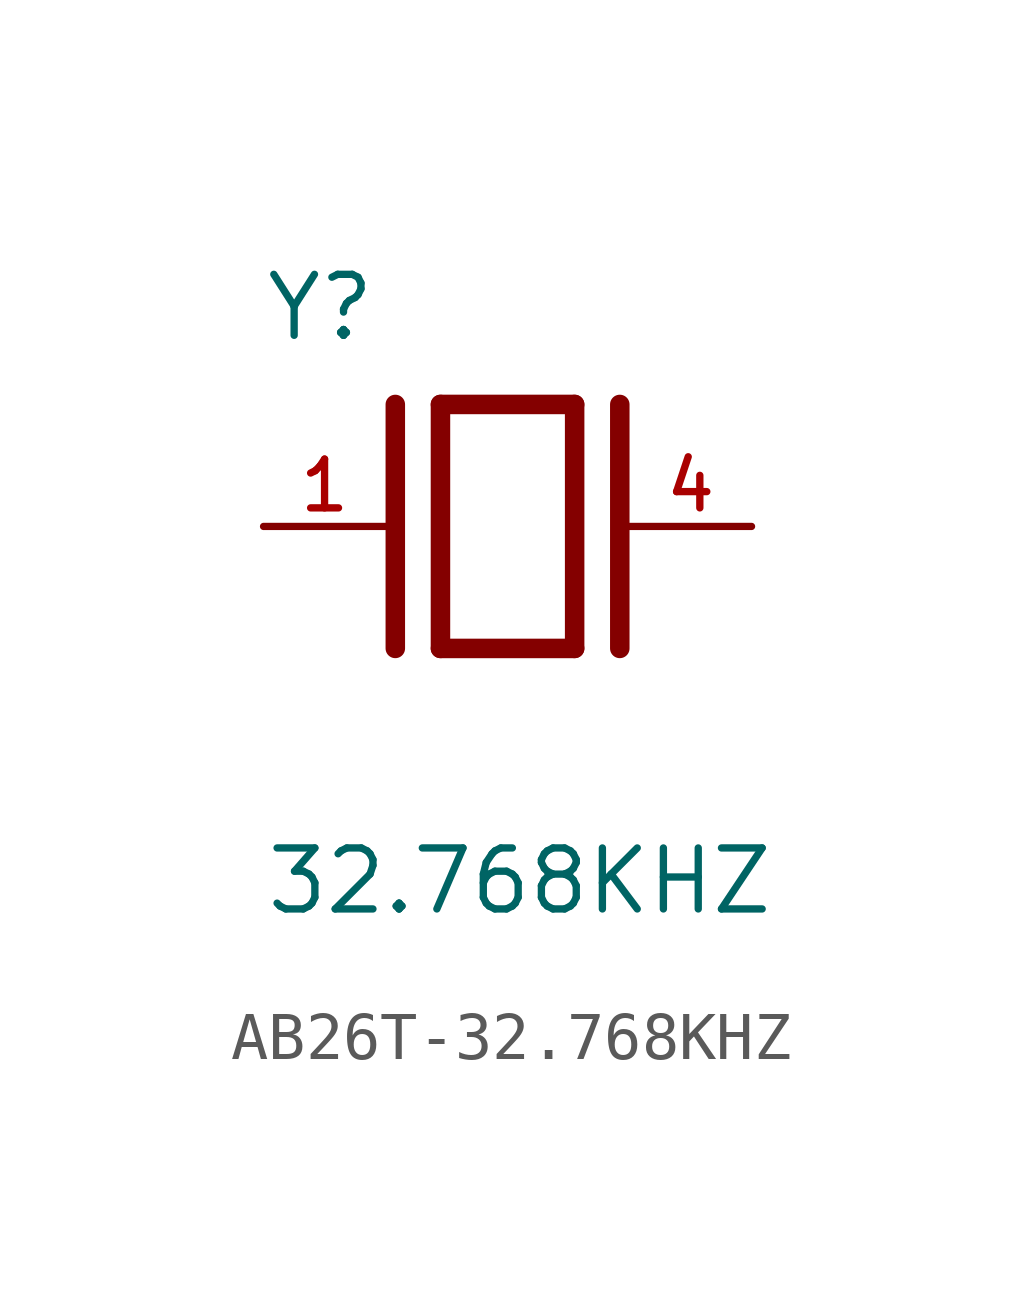
<source format=kicad_sym>
(kicad_symbol_lib
  (version 20241209)
  (generator "kicad_symbol_editor")
  (generator_version "9.0")
  (symbol "AB26T-32.768KHZ"
    (pin_names
      (offset 1.016))
    (property "Reference" "Y"
      (at -5.088 3.816 0)
      (effects (font (size 1.27 1.27)) (justify left bottom)))
    (property "Value" "32.768KHZ"
      (at -5.08 -8.128 0)
      (effects (font (size 1.27 1.27)) (justify left bottom)))
    (symbol "AB26T-32.768KHZ_0_0"
      (polyline (pts (xy -2.337 2.54) (xy -2.337 -2.54)) (stroke (width 0.406) (type default)) (fill (type none)))
      (polyline (pts (xy -1.397 2.54) (xy -1.397 -2.54)) (stroke (width 0.406) (type default)) (fill (type none)))
      (polyline (pts (xy -1.397 2.54) (xy 1.397 2.54)) (stroke (width 0.406) (type default)) (fill (type none)))
      (polyline (pts (xy 1.397 2.54) (xy 1.397 -2.54)) (stroke (width 0.406) (type default)) (fill (type none)))
      (polyline (pts (xy 1.397 -2.54) (xy -1.397 -2.54)) (stroke (width 0.406) (type default)) (fill (type none)))
      (polyline (pts (xy 2.337 2.54) (xy 2.337 -2.54)) (stroke (width 0.406) (type default)) (fill (type none))))
    (symbol "AB26T-32.768KHZ_1_0"
      (pin passive line (at -5.08 0 0) (length 2.54) (name "~" (effects (font (size 1.016 1.016)))) (number "1" (effects (font (size 1.016 1.016)))))
      (pin passive line (at -5.08 -3.81 0) (length 2.54) (hide yes) (name "NC" (effects (font (size 1.016 1.016)))) (number "2" (effects (font (size 1.016 1.016)))))
      (pin passive line (at 5.08 0 180) (length 2.54) (name "~" (effects (font (size 1.016 1.016)))) (number "4" (effects (font (size 1.016 1.016)))))
      (pin passive line (at 5.08 -3.81 180) (length 2.54) (hide yes) (name "NC" (effects (font (size 1.016 1.016)))) (number "3" (effects (font (size 1.016 1.016))))))))
</source>
